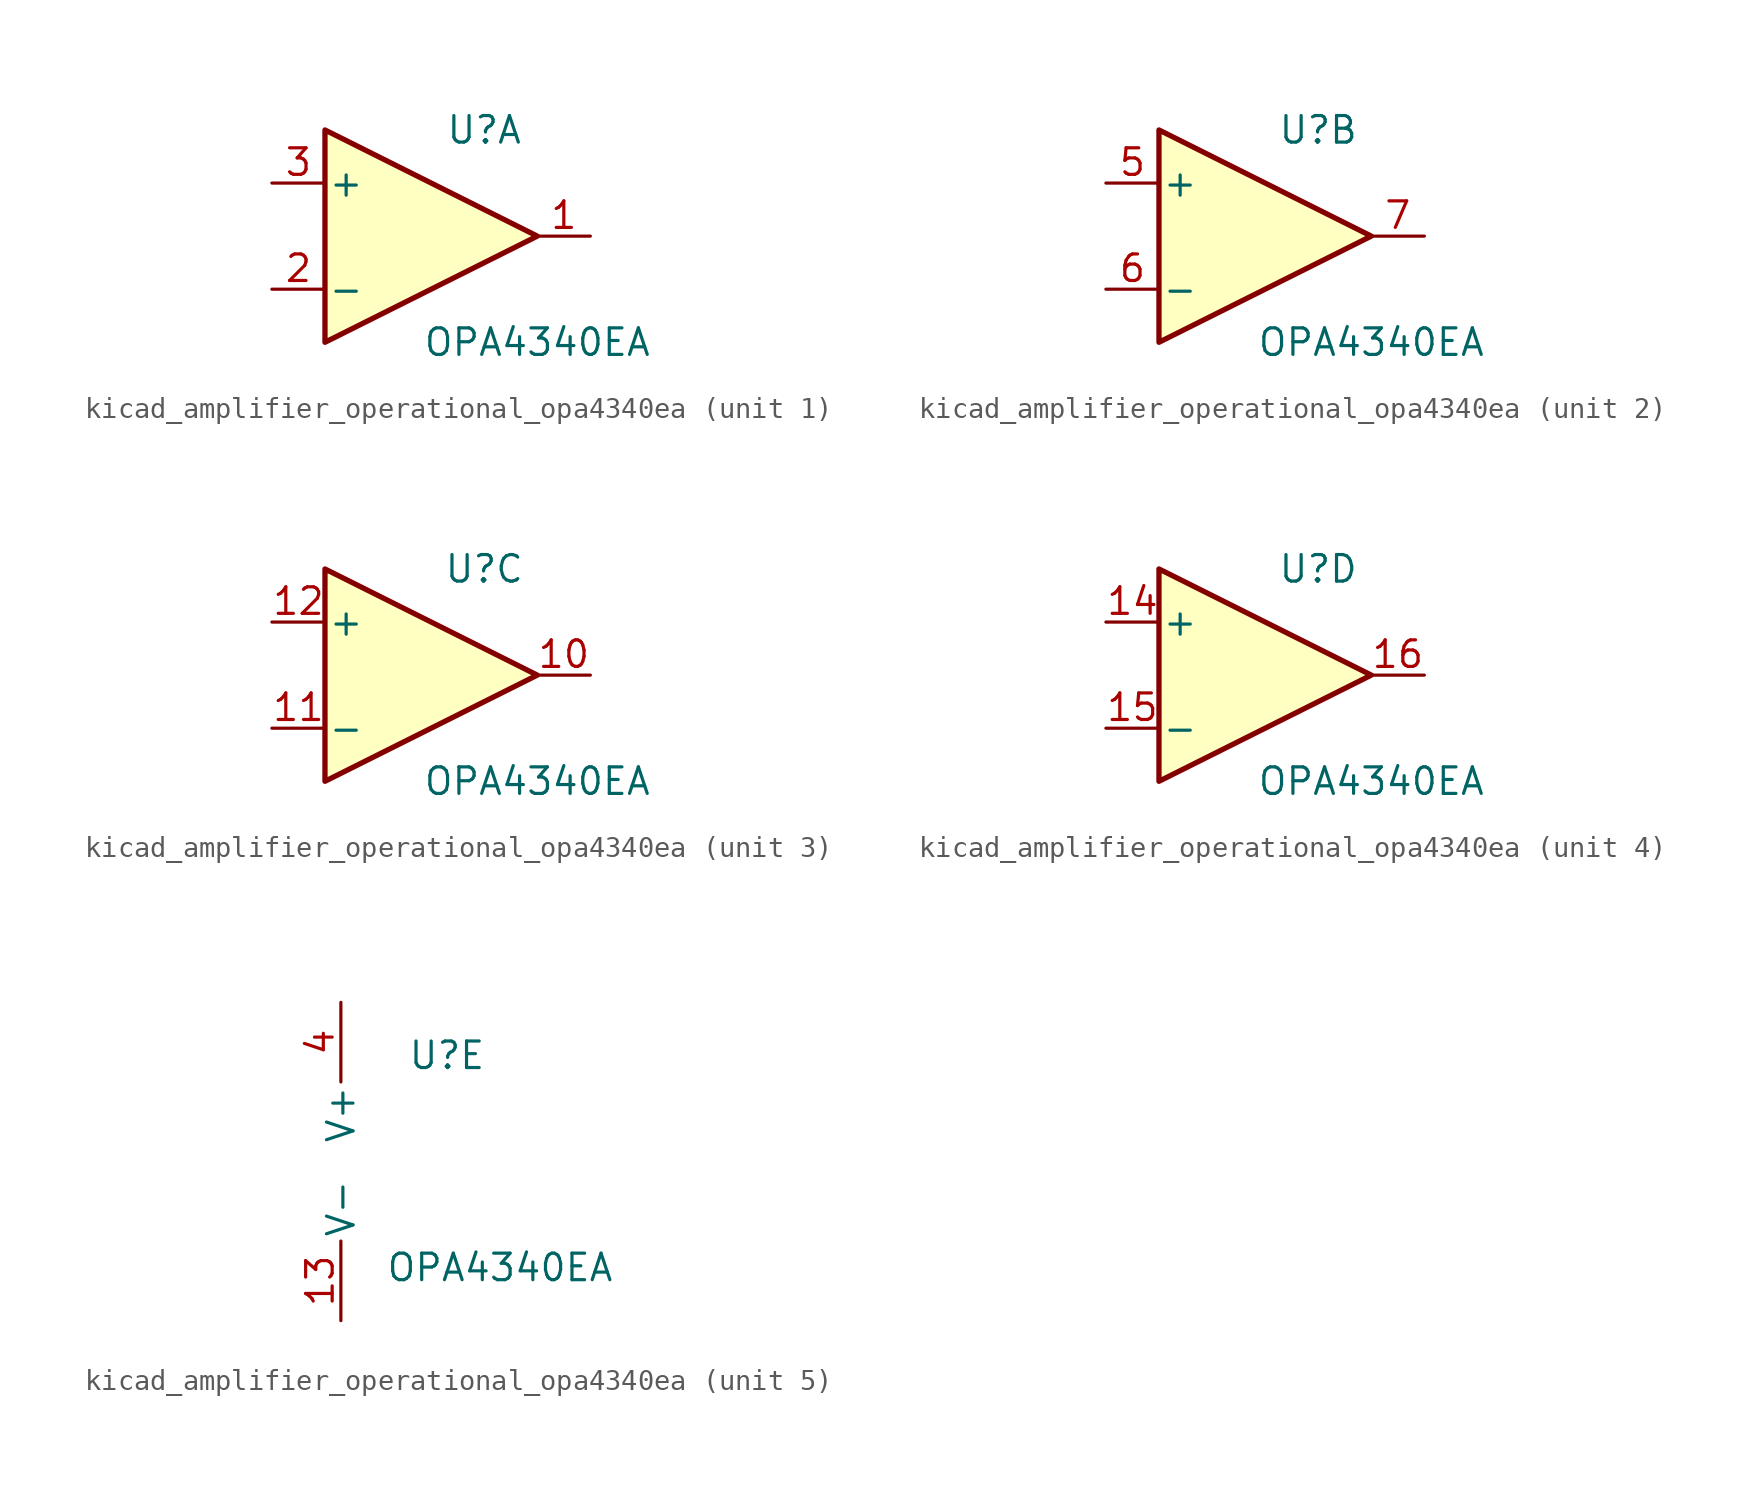
<source format=kicad_sym>
(kicad_symbol_lib
  (version 20220914)
  (generator kicad_symbol_editor)
  (symbol "kicad_amplifier_operational_opa4340ea"
    (pin_names
      (offset 0.127))
    (property "Reference" "U"
      (at 2.54 5.08 0)
      (effects (font (size 1.27 1.27))))
    (property "Value" "OPA4340EA"
      (at 5.08 -5.08 0)
      (effects (font (size 1.27 1.27))))
    (property "ki_locked" ""
      (at 0 0 0)
      (effects (font (size 1.27 1.27))))
    (symbol "kicad_amplifier_operational_opa4340ea_1_1"
      (polyline (pts (xy -5.08 5.08) (xy 5.08 0) (xy -5.08 -5.08) (xy -5.08 5.08)) (stroke (width 0.254) (type default)) (fill (type background)))
      (pin output line (at 7.62 0 180) (length 2.54) (name "~" (effects (font (size 1.27 1.27)))) (number "1" (effects (font (size 1.27 1.27)))))
      (pin input line (at -7.62 -2.54 0) (length 2.54) (name "-" (effects (font (size 1.27 1.27)))) (number "2" (effects (font (size 1.27 1.27)))))
      (pin input line (at -7.62 2.54 0) (length 2.54) (name "+" (effects (font (size 1.27 1.27)))) (number "3" (effects (font (size 1.27 1.27)))))
      (pin no_connect line (at -2.54 -2.54 90) (length 2.54) hide (name "NC" (effects (font (size 1.27 1.27)))) (number "8" (effects (font (size 1.27 1.27)))))
      (pin no_connect line (at 0 -2.54 90) (length 2.54) hide (name "NC" (effects (font (size 1.27 1.27)))) (number "9" (effects (font (size 1.27 1.27))))))
    (symbol "kicad_amplifier_operational_opa4340ea_2_1"
      (polyline (pts (xy -5.08 5.08) (xy 5.08 0) (xy -5.08 -5.08) (xy -5.08 5.08)) (stroke (width 0.254) (type default)) (fill (type background)))
      (pin input line (at -7.62 2.54 0) (length 2.54) (name "+" (effects (font (size 1.27 1.27)))) (number "5" (effects (font (size 1.27 1.27)))))
      (pin input line (at -7.62 -2.54 0) (length 2.54) (name "-" (effects (font (size 1.27 1.27)))) (number "6" (effects (font (size 1.27 1.27)))))
      (pin output line (at 7.62 0 180) (length 2.54) (name "~" (effects (font (size 1.27 1.27)))) (number "7" (effects (font (size 1.27 1.27))))))
    (symbol "kicad_amplifier_operational_opa4340ea_3_1"
      (polyline (pts (xy -5.08 5.08) (xy 5.08 0) (xy -5.08 -5.08) (xy -5.08 5.08)) (stroke (width 0.254) (type default)) (fill (type background)))
      (pin output line (at 7.62 0 180) (length 2.54) (name "~" (effects (font (size 1.27 1.27)))) (number "10" (effects (font (size 1.27 1.27)))))
      (pin input line (at -7.62 -2.54 0) (length 2.54) (name "-" (effects (font (size 1.27 1.27)))) (number "11" (effects (font (size 1.27 1.27)))))
      (pin input line (at -7.62 2.54 0) (length 2.54) (name "+" (effects (font (size 1.27 1.27)))) (number "12" (effects (font (size 1.27 1.27))))))
    (symbol "kicad_amplifier_operational_opa4340ea_4_1"
      (polyline (pts (xy -5.08 5.08) (xy 5.08 0) (xy -5.08 -5.08) (xy -5.08 5.08)) (stroke (width 0.254) (type default)) (fill (type background)))
      (pin input line (at -7.62 2.54 0) (length 2.54) (name "+" (effects (font (size 1.27 1.27)))) (number "14" (effects (font (size 1.27 1.27)))))
      (pin input line (at -7.62 -2.54 0) (length 2.54) (name "-" (effects (font (size 1.27 1.27)))) (number "15" (effects (font (size 1.27 1.27)))))
      (pin output line (at 7.62 0 180) (length 2.54) (name "~" (effects (font (size 1.27 1.27)))) (number "16" (effects (font (size 1.27 1.27))))))
    (symbol "kicad_amplifier_operational_opa4340ea_5_1"
      (pin power_in line (at -2.54 -7.62 90) (length 3.81) (name "V-" (effects (font (size 1.27 1.27)))) (number "13" (effects (font (size 1.27 1.27)))))
      (pin power_in line (at -2.54 7.62 270) (length 3.81) (name "V+" (effects (font (size 1.27 1.27)))) (number "4" (effects (font (size 1.27 1.27))))))))
</source>
